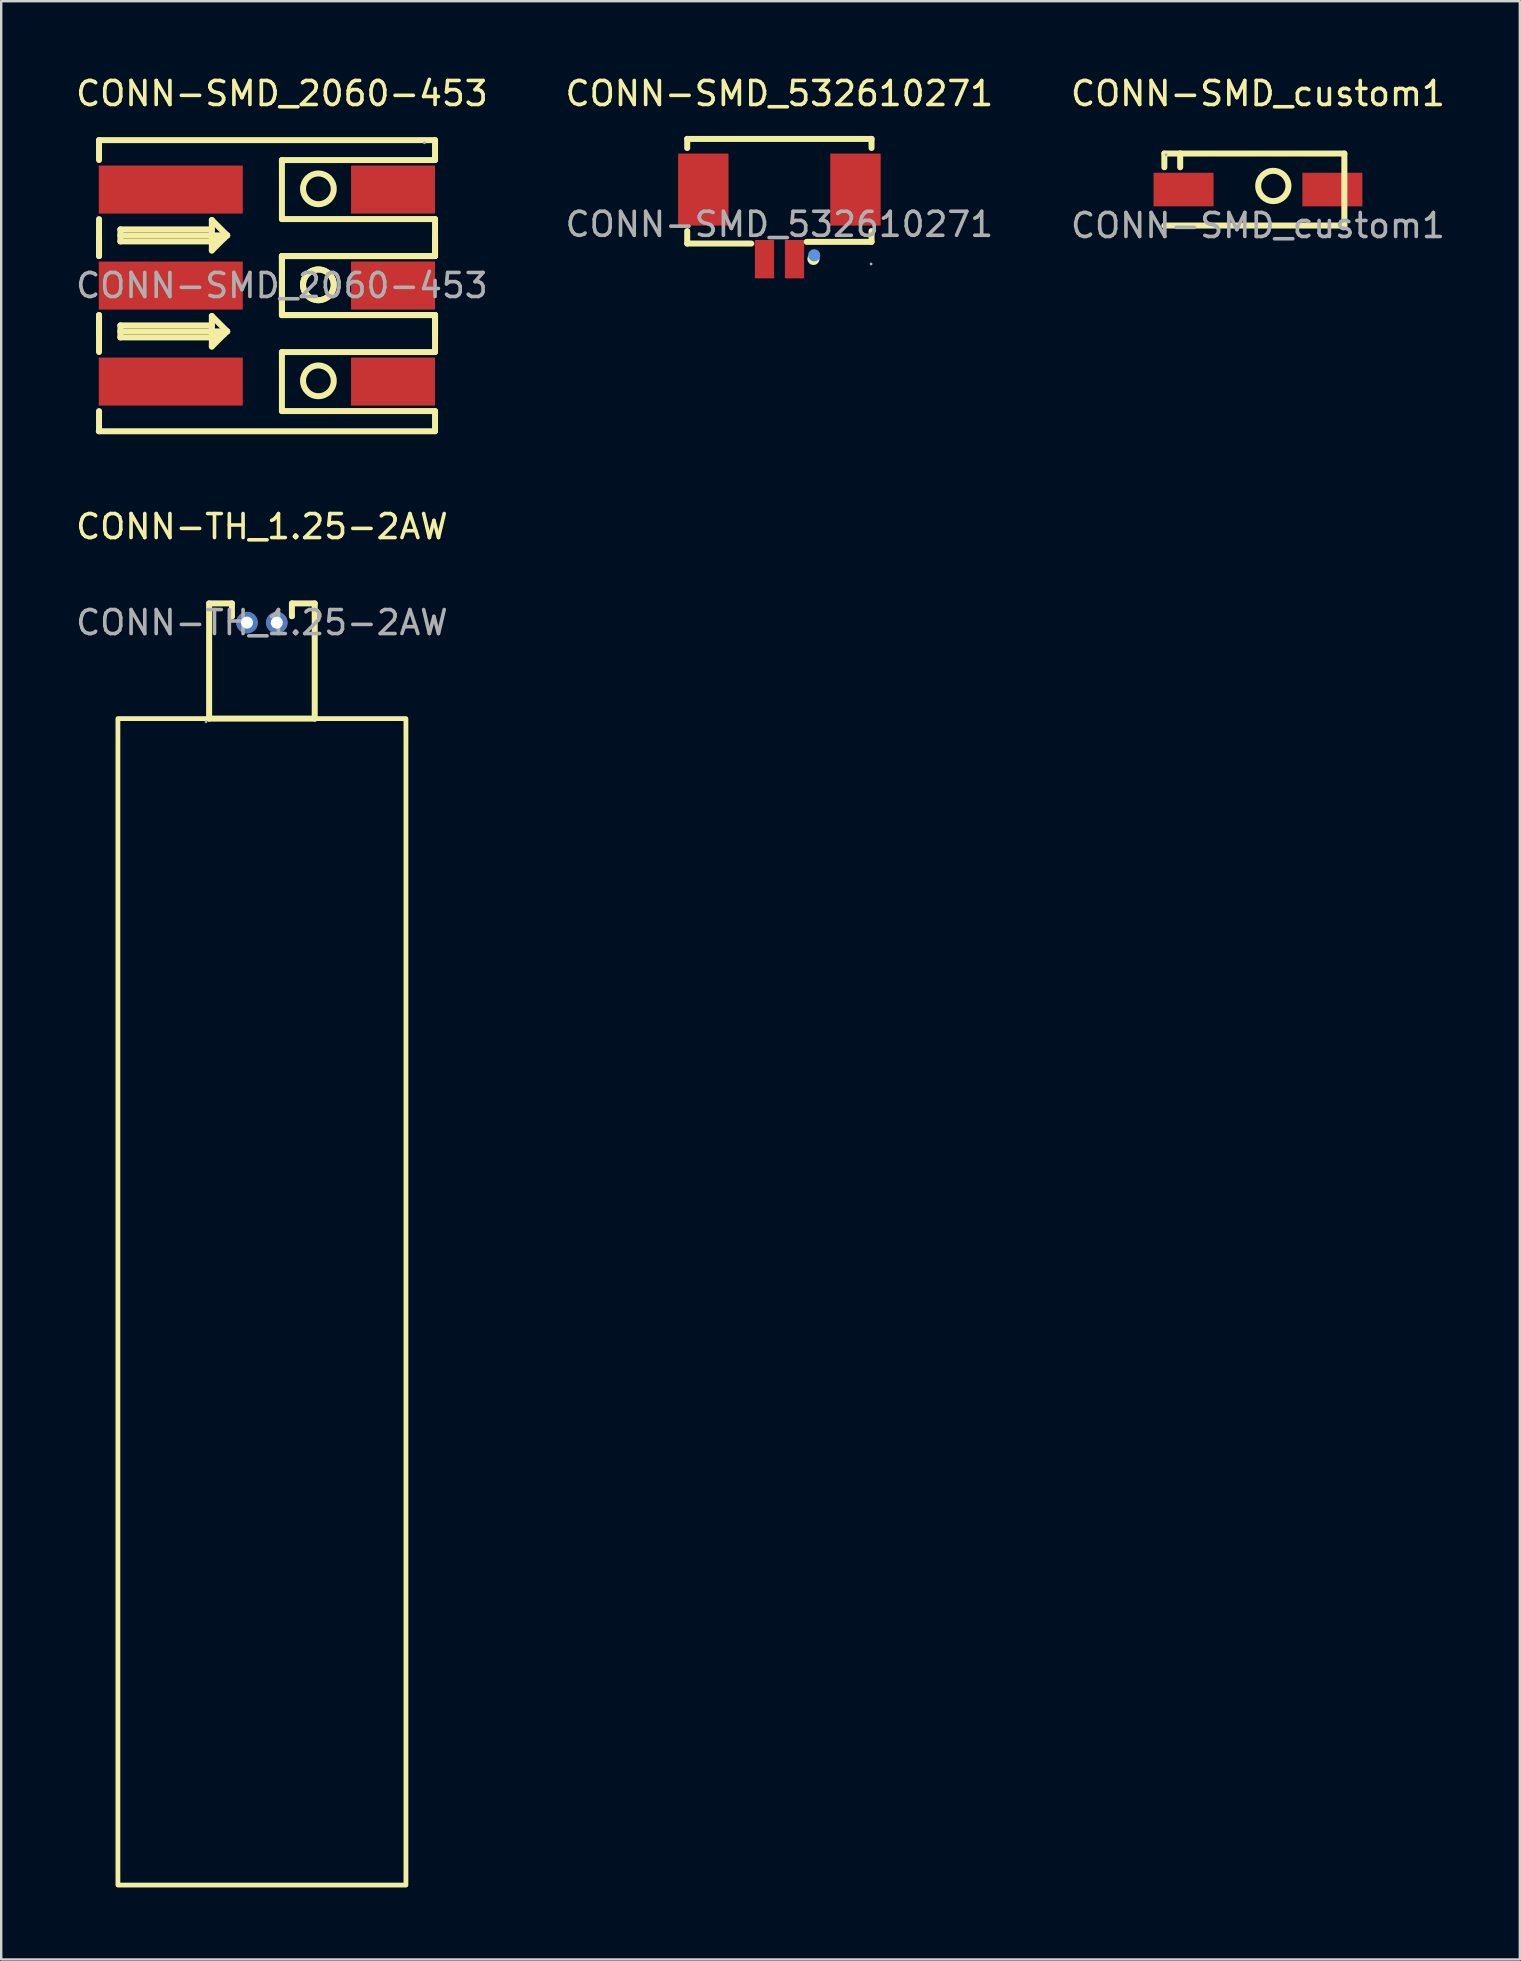
<source format=kicad_pcb>
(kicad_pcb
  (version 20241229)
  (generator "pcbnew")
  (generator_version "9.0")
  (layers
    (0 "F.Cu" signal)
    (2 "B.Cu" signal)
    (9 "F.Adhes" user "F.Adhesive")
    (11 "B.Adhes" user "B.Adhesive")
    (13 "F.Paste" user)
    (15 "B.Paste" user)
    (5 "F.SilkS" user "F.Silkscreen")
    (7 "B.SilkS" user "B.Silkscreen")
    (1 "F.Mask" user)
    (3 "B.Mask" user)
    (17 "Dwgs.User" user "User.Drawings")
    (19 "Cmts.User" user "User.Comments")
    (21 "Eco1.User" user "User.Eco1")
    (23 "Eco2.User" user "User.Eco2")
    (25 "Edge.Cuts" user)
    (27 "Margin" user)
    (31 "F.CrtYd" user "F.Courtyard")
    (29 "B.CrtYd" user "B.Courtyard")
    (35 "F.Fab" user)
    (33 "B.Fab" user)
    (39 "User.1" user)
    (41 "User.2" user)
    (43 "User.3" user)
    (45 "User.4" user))
  (footprint "CONN-SMD_2060-453"
    (layer "F.Cu")
    (at 8.696 8.848)
    (property "Reference" "CONN-SMD_2060-453" (at 0 -8 0) (layer "F.SilkS") (effects (font (size 1 1) (thickness 0.15))))
    (attr smd)
    (fp_line (start -7.63 6.07) (end 6.37 6.07) (stroke (width 0.25) (type solid)) (layer "F.SilkS"))
    (fp_line (start -7.62 -6.06) (end -7.62 -5.23) (stroke (width 0.25) (type solid)) (layer "F.SilkS"))
    (fp_line (start -7.62 -6.06) (end 6.38 -6.06) (stroke (width 0.25) (type solid)) (layer "F.SilkS"))
    (fp_line (start -7.62 -2.77) (end -7.62 -1.23) (stroke (width 0.25) (type solid)) (layer "F.SilkS"))
    (fp_line (start -7.62 -2.06) (end -7.62 -1.23) (stroke (width 0.25) (type solid)) (layer "F.SilkS"))
    (fp_line (start -7.62 1.23) (end -7.62 2.07) (stroke (width 0.25) (type solid)) (layer "F.SilkS"))
    (fp_line (start -7.62 1.23) (end -7.62 2.77) (stroke (width 0.25) (type solid)) (layer "F.SilkS"))
    (fp_line (start -7.62 5.23) (end -7.62 6.07) (stroke (width 0.25) (type solid)) (layer "F.SilkS"))
    (fp_line (start -6.73 -2.34) (end -6.73 -1.84) (stroke (width 0.25) (type solid)) (layer "F.SilkS"))
    (fp_line (start -6.73 -1.84) (end -2.79 -1.84) (stroke (width 0.25) (type solid)) (layer "F.SilkS"))
    (fp_line (start -6.73 1.66) (end -6.73 2.16) (stroke (width 0.25) (type solid)) (layer "F.SilkS"))
    (fp_line (start -6.73 2.16) (end -2.79 2.16) (stroke (width 0.25) (type solid)) (layer "F.SilkS"))
    (fp_line (start -2.92 -2.73) (end -2.92 -1.46) (stroke (width 0.25) (type solid)) (layer "F.SilkS"))
    (fp_line (start -2.92 -2.34) (end -6.73 -2.34) (stroke (width 0.25) (type solid)) (layer "F.SilkS"))
    (fp_line (start -2.92 -1.46) (end -2.41 -1.97) (stroke (width 0.25) (type solid)) (layer "F.SilkS"))
    (fp_line (start -2.92 1.27) (end -2.92 2.54) (stroke (width 0.25) (type solid)) (layer "F.SilkS"))
    (fp_line (start -2.92 1.66) (end -6.73 1.66) (stroke (width 0.25) (type solid)) (layer "F.SilkS"))
    (fp_line (start -2.92 2.54) (end -2.41 2.03) (stroke (width 0.25) (type solid)) (layer "F.SilkS"))
    (fp_line (start -2.79 -1.84) (end -2.66 -1.97) (stroke (width 0.25) (type solid)) (layer "F.SilkS"))
    (fp_line (start -2.79 2.16) (end -2.66 2.03) (stroke (width 0.25) (type solid)) (layer "F.SilkS"))
    (fp_line (start -2.41 -1.97) (end -2.28 -2.09) (stroke (width 0.25) (type solid)) (layer "F.SilkS"))
    (fp_line (start -2.41 2.03) (end -2.28 1.91) (stroke (width 0.25) (type solid)) (layer "F.SilkS"))
    (fp_line (start -2.28 -2.09) (end -6.73 -2.09) (stroke (width 0.25) (type solid)) (layer "F.SilkS"))
    (fp_line (start -2.28 -2.09) (end -2.92 -2.73) (stroke (width 0.25) (type solid)) (layer "F.SilkS"))
    (fp_line (start -2.28 1.91) (end -6.73 1.91) (stroke (width 0.25) (type solid)) (layer "F.SilkS"))
    (fp_line (start -2.28 1.91) (end -2.92 1.27) (stroke (width 0.25) (type solid)) (layer "F.SilkS"))
    (fp_line (start 0 -5.17) (end 0 -5.23) (stroke (width 0.25) (type solid)) (layer "F.SilkS"))
    (fp_line (start 0 -2.77) (end 0 -5.17) (stroke (width 0.25) (type solid)) (layer "F.SilkS"))
    (fp_line (start 0 -1.17) (end 0 -1.23) (stroke (width 0.25) (type solid)) (layer "F.SilkS"))
    (fp_line (start 0 -1.17) (end 0 -1.23) (stroke (width 0.25) (type solid)) (layer "F.SilkS"))
    (fp_line (start 0 1.23) (end 0 -1.17) (stroke (width 0.25) (type solid)) (layer "F.SilkS"))
    (fp_line (start 0 1.23) (end 0 -1.17) (stroke (width 0.25) (type solid)) (layer "F.SilkS"))
    (fp_line (start 0 2.83) (end 0 2.77) (stroke (width 0.25) (type solid)) (layer "F.SilkS"))
    (fp_line (start 0 5.23) (end 0 2.83) (stroke (width 0.25) (type solid)) (layer "F.SilkS"))
    (fp_line (start 6.38 -6.06) (end 6.38 -5.23) (stroke (width 0.25) (type solid)) (layer "F.SilkS"))
    (fp_line (start 6.38 -5.23) (end 0 -5.23) (stroke (width 0.25) (type solid)) (layer "F.SilkS"))
    (fp_line (start 6.38 -2.77) (end 0 -2.77) (stroke (width 0.25) (type solid)) (layer "F.SilkS"))
    (fp_line (start 6.38 -2.77) (end 6.38 -1.23) (stroke (width 0.25) (type solid)) (layer "F.SilkS"))
    (fp_line (start 6.38 -2.06) (end 6.38 -1.23) (stroke (width 0.25) (type solid)) (layer "F.SilkS"))
    (fp_line (start 6.38 -1.23) (end 0 -1.23) (stroke (width 0.25) (type solid)) (layer "F.SilkS"))
    (fp_line (start 6.38 -1.23) (end 0 -1.23) (stroke (width 0.25) (type solid)) (layer "F.SilkS"))
    (fp_line (start 6.38 1.23) (end 0 1.23) (stroke (width 0.25) (type solid)) (layer "F.SilkS"))
    (fp_line (start 6.38 1.23) (end 0 1.23) (stroke (width 0.25) (type solid)) (layer "F.SilkS"))
    (fp_line (start 6.38 1.23) (end 6.38 2.07) (stroke (width 0.25) (type solid)) (layer "F.SilkS"))
    (fp_line (start 6.38 1.23) (end 6.38 2.77) (stroke (width 0.25) (type solid)) (layer "F.SilkS"))
    (fp_line (start 6.38 2.77) (end 0 2.77) (stroke (width 0.25) (type solid)) (layer "F.SilkS"))
    (fp_line (start 6.38 5.23) (end 0 5.23) (stroke (width 0.25) (type solid)) (layer "F.SilkS"))
    (fp_line (start 6.38 5.23) (end 6.38 6.07) (stroke (width 0.25) (type solid)) (layer "F.SilkS"))
    (fp_circle (center 1.52 -4.03) (end 2.16 -4.03) (stroke (width 0.25) (type solid)) (fill no) (layer "F.SilkS"))
    (fp_circle (center 1.52 -0.03) (end 2.16 -0.03) (stroke (width 0.25) (type solid)) (fill no) (layer "F.SilkS"))
    (fp_circle (center 1.52 -0.03) (end 2.16 -0.03) (stroke (width 0.25) (type solid)) (fill no) (layer "F.SilkS"))
    (fp_circle (center 1.52 3.97) (end 2.16 3.97) (stroke (width 0.25) (type solid)) (fill no) (layer "F.SilkS"))
    (fp_circle (center 5.94 -5.95) (end 5.97 -5.95) (stroke (width 0.06) (type solid)) (fill no) (layer "F.Fab"))
    (fp_text user "${REFERENCE}" (at 0 0 0) (layer "F.Fab") (effects (font (size 1 1) (thickness 0.15))))
    (pad "1" smd rect (at -4.63 -4 90) (size 2 6) (layers "F.Cu" "F.Mask" "F.Paste"))
    (pad "1" smd rect (at 4.63 -4 90) (size 2 3.5) (layers "F.Cu" "F.Mask" "F.Paste"))
    (pad "2" smd rect (at -4.63 0 90) (size 2 6) (layers "F.Cu" "F.Mask" "F.Paste"))
    (pad "2" smd rect (at 4.63 0 90) (size 2 3.5) (layers "F.Cu" "F.Mask" "F.Paste"))
    (pad "3" smd rect (at -4.63 4 90) (size 2 6) (layers "F.Cu" "F.Mask" "F.Paste"))
    (pad "3" smd rect (at 4.63 4 90) (size 2 3.5) (layers "F.Cu" "F.Mask" "F.Paste")))
  (footprint "CONN-TH_1.25-2AW"
    (layer "F.Cu")
    (at 7.863 22.892)
    (property "Reference" "CONN-TH_1.25-2AW" (at 0 -4 0) (layer "F.SilkS") (effects (font (size 1 1) (thickness 0.15))))
    (attr through_hole)
    (fp_line (start -2.2 -0.8) (end -1.25 -0.8) (stroke (width 0.25) (type solid)) (layer "F.SilkS"))
    (fp_line (start -2.2 4) (end -2.2 -0.8) (stroke (width 0.25) (type solid)) (layer "F.SilkS"))
    (fp_line (start -2.2 4) (end 2.2 4) (stroke (width 0.25) (type solid)) (layer "F.SilkS"))
    (fp_line (start -1.25 -0.8) (end -1.25 -0.27) (stroke (width 0.25) (type solid)) (layer "F.SilkS"))
    (fp_line (start -1.25 -0.27) (end -1.25 -0.27) (stroke (width 0.25) (type solid)) (layer "F.SilkS"))
    (fp_line (start 1.25 -0.8) (end 1.25 -0.27) (stroke (width 0.25) (type solid)) (layer "F.SilkS"))
    (fp_line (start 1.25 -0.27) (end 1.25 -0.27) (stroke (width 0.25) (type solid)) (layer "F.SilkS"))
    (fp_line (start 2.2 -0.8) (end 1.25 -0.8) (stroke (width 0.25) (type solid)) (layer "F.SilkS"))
    (fp_line (start 2.2 4) (end 2.2 -0.8) (stroke (width 0.25) (type solid)) (layer "F.SilkS"))
    (fp_rect (start -6 4) (end 6 52.6) (stroke (width 0.2) (type default)) (fill no) (layer "F.SilkS"))
    (fp_circle (center -2.33 4.13) (end -2.3 4.13) (stroke (width 0.06) (type solid)) (fill no) (layer "F.Fab"))
    (fp_circle (center -0.63 0) (end -0.55 0) (stroke (width 0.15) (type solid)) (fill no) (layer "F.Fab"))
    (fp_circle (center 0.63 0) (end 0.71 0) (stroke (width 0.15) (type solid)) (fill no) (layer "F.Fab"))
    (fp_text user "${REFERENCE}" (at 0 0 0) (layer "F.Fab") (effects (font (size 1 1) (thickness 0.15))))
    (pad "1" thru_hole circle (at -0.62 0) (size 0.9 0.9) (drill 0.5) (layers "*.Cu" "*.Mask"))
    (pad "2" thru_hole circle (at 0.62 0) (size 0.9 0.9) (drill 0.5) (layers "*.Cu" "*.Mask")))
  (footprint "CONN-SMD_custom1"
    (layer "F.Cu")
    (at 49.363 6.348)
    (property "Reference" "CONN-SMD_custom1" (at 0 -5.5 0) (layer "F.SilkS") (effects (font (size 1 1) (thickness 0.15))))
    (attr smd)
    (fp_line (start -3.9 -3) (end -3.9 -2.43) (stroke (width 0.25) (type solid)) (layer "F.SilkS"))
    (fp_line (start -3.9 -3) (end -3.24 -3) (stroke (width 0.25) (type solid)) (layer "F.SilkS"))
    (fp_line (start -3.24 -3) (end -3.24 -2.43) (stroke (width 0.25) (type solid)) (layer "F.SilkS"))
    (fp_line (start -3.24 -3) (end 3.6 -3) (stroke (width 0.25) (type solid)) (layer "F.SilkS"))
    (fp_line (start 3.6 -3) (end 3.6 0) (stroke (width 0.25) (type solid)) (layer "F.SilkS"))
    (fp_line (start 3.6 0) (end -3.9 0) (stroke (width 0.25) (type solid)) (layer "F.SilkS"))
    (fp_circle (center 0.64 -1.65) (end 1.27 -1.65) (stroke (width 0.25) (type solid)) (fill no) (layer "F.SilkS"))
    (fp_circle (center -3.83 -2.95) (end -3.8 -2.95) (stroke (width 0.06) (type solid)) (fill no) (layer "F.Fab"))
    (fp_text user "${REFERENCE}" (at 0 0 0) (layer "F.Fab") (effects (font (size 1 1) (thickness 0.15))))
    (pad "1" smd rect (at -3.1 -1.5 90) (size 1.4 2.5) (layers "F.Cu" "F.Mask" "F.Paste"))
    (pad "1" smd rect (at 3.1 -1.5 90) (size 1.4 2.5) (layers "F.Cu" "F.Mask" "F.Paste")))
  (footprint "CONN-SMD_532610271"
    (layer "F.Cu")
    (at 29.423 6.298)
    (property "Reference" "CONN-SMD_532610271" (at 0 -5.45 0) (layer "F.SilkS") (effects (font (size 1 1) (thickness 0.15))))
    (attr smd)
    (fp_line (start -3.84 -3.56) (end 3.84 -3.56) (stroke (width 0.25) (type solid)) (layer "F.SilkS"))
    (fp_line (start -3.84 -3.18) (end -3.84 -3.56) (stroke (width 0.25) (type solid)) (layer "F.SilkS"))
    (fp_line (start -3.84 0.8) (end -3.84 0.28) (stroke (width 0.25) (type solid)) (layer "F.SilkS"))
    (fp_line (start -1.17 0.8) (end -3.84 0.8) (stroke (width 0.25) (type solid)) (layer "F.SilkS"))
    (fp_line (start 3.84 -3.56) (end 3.84 -3.18) (stroke (width 0.25) (type solid)) (layer "F.SilkS"))
    (fp_line (start 3.84 0.28) (end 3.84 0.73) (stroke (width 0.25) (type solid)) (layer "F.SilkS"))
    (fp_line (start 3.84 0.73) (end 1.14 0.73) (stroke (width 0.25) (type solid)) (layer "F.SilkS"))
    (fp_circle (center 1.42 1.44) (end 1.55 1.44) (stroke (width 0.25) (type solid)) (fill no) (layer "F.SilkS"))
    (fp_circle (center 1.45 1.29) (end 1.58 1.29) (stroke (width 0.25) (type solid)) (fill no) (layer "Cmts.User"))
    (fp_circle (center 3.82 1.65) (end 3.85 1.65) (stroke (width 0.06) (type solid)) (fill no) (layer "F.Fab"))
    (fp_text user "${REFERENCE}" (at 0 0 0) (layer "F.Fab") (effects (font (size 1 1) (thickness 0.15))))
    (pad "1" smd rect (at 0.63 1.45) (size 0.8 1.6) (layers "F.Cu" "F.Mask" "F.Paste"))
    (pad "2" smd rect (at -0.62 1.45) (size 0.8 1.6) (layers "F.Cu" "F.Mask" "F.Paste"))
    (pad "3" smd rect (at 3.17 -1.45) (size 2.1 3) (layers "F.Cu" "F.Mask" "F.Paste"))
    (pad "4" smd rect (at -3.17 -1.45) (size 2.1 3) (layers "F.Cu" "F.Mask" "F.Paste")))
  (gr_rect
    (start -3 -3)
    (end 60.274 78.591)
    (stroke (width 0.1) (type default))
    (fill no)
    (layer "Edge.Cuts")))
</source>
